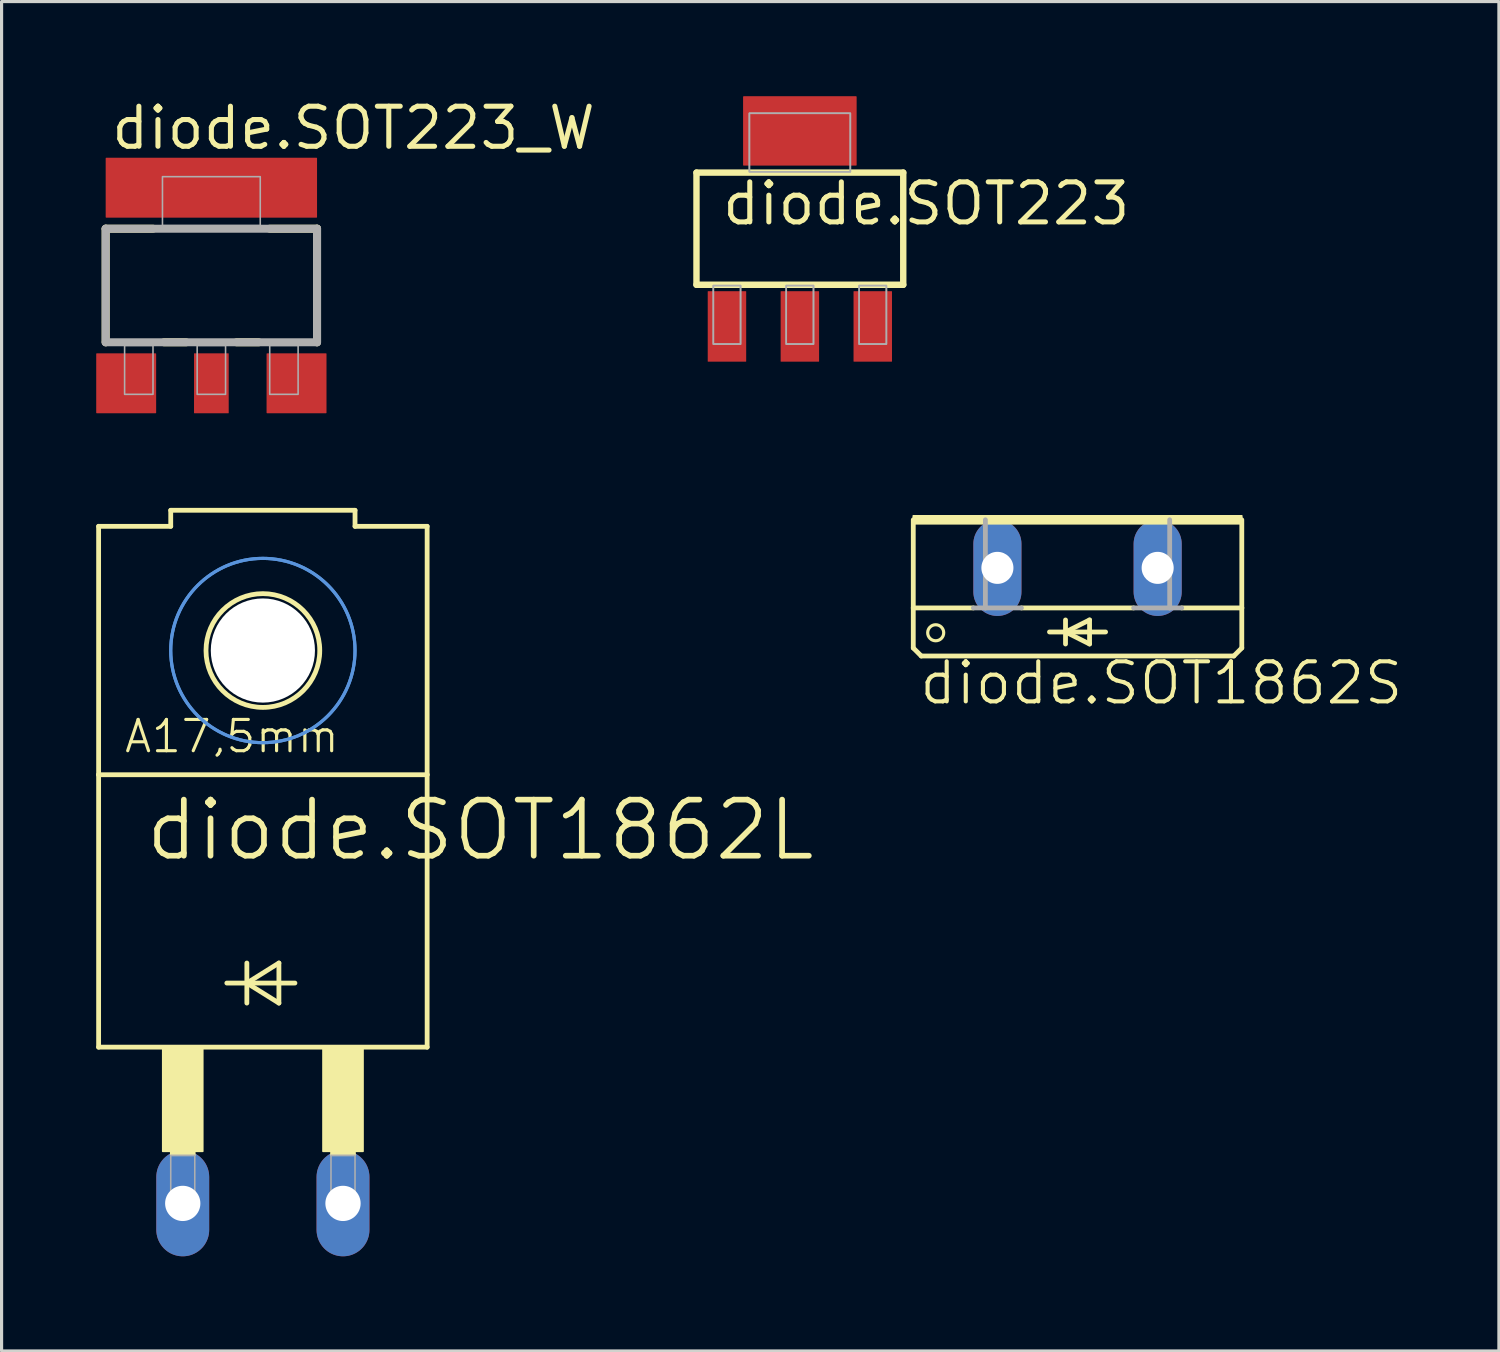
<source format=kicad_pcb>
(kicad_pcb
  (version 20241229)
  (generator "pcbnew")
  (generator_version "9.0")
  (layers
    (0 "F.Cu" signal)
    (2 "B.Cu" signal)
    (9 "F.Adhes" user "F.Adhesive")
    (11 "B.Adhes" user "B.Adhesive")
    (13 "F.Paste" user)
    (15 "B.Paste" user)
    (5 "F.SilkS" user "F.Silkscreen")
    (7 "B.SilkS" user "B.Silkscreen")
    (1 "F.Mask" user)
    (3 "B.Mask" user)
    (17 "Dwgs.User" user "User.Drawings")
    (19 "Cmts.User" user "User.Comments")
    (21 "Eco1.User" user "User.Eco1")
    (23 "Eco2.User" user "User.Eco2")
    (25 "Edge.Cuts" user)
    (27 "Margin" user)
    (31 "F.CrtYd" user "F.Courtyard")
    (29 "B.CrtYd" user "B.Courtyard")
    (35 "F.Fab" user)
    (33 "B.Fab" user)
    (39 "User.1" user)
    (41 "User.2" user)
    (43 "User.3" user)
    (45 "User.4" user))
  (footprint "diode.SOT223_W"
    (layer "F.Cu")
    (at 3.65 6)
    (property "Reference" "diode.SOT223_W" (at -3.25 -4.25 0) (layer "F.SilkS") (effects (font (size 1.27 1.27) (thickness 0.16)) (justify left bottom)))
    (attr smd)
    (fp_line (start -3.35 -1.8) (end -1.85 -1.8) (stroke (width 0.254) (type default)) (layer "F.SilkS"))
    (fp_line (start -3.35 1.8) (end -3.35 -1.8) (stroke (width 0.254) (type default)) (layer "F.SilkS"))
    (fp_line (start -1.5 1.8) (end -0.8 1.8) (stroke (width 0.254) (type default)) (layer "F.SilkS"))
    (fp_line (start 0.8 1.8) (end 1.5 1.8) (stroke (width 0.254) (type default)) (layer "F.SilkS"))
    (fp_line (start 3.35 -1.8) (end 1.85 -1.8) (stroke (width 0.254) (type default)) (layer "F.SilkS"))
    (fp_line (start 3.35 1.8) (end 3.35 -1.8) (stroke (width 0.254) (type default)) (layer "F.SilkS"))
    (fp_line (start -3.35 -1.8) (end -3.35 1.8) (stroke (width 0.254) (type default)) (layer "F.Fab"))
    (fp_line (start -3.35 1.8) (end 3.35 1.8) (stroke (width 0.254) (type default)) (layer "F.Fab"))
    (fp_line (start 3.35 -1.8) (end -3.35 -1.8) (stroke (width 0.254) (type default)) (layer "F.Fab"))
    (fp_line (start 3.35 1.8) (end 3.35 -1.8) (stroke (width 0.254) (type default)) (layer "F.Fab"))
    (fp_rect (start -2.75 3.45) (end -1.85 1.9) (stroke (width 0.05) (type default)) (fill no) (layer "F.Fab"))
    (fp_rect (start -1.55 -1.9) (end 1.55 -3.45) (stroke (width 0.05) (type default)) (fill no) (layer "F.Fab"))
    (fp_rect (start -0.45 3.45) (end 0.45 1.9) (stroke (width 0.05) (type default)) (fill no) (layer "F.Fab"))
    (fp_rect (start 1.85 3.45) (end 2.75 1.9) (stroke (width 0.05) (type default)) (fill no) (layer "F.Fab"))
    (pad "1" smd roundrect (at -2.7 3.1) (size 1.9 1.9) (layers "F.Cu" "F.Mask" "F.Paste") (roundrect_rratio 0.01))
    (pad "2" smd roundrect (at 0 3.1) (size 1.1 1.9) (layers "F.Cu" "F.Mask" "F.Paste") (roundrect_rratio 0.01))
    (pad "3" smd roundrect (at 2.7 3.1) (size 1.9 1.9) (layers "F.Cu" "F.Mask" "F.Paste") (roundrect_rratio 0.01))
    (pad "4" smd roundrect (at 0 -3.1) (size 6.7 1.9) (layers "F.Cu" "F.Mask" "F.Paste") (roundrect_rratio 0.01)))
  (footprint "diode.SOT1862S"
    (layer "F.Cu")
    (at 31.107 13.3)
    (property "Reference" "diode.SOT1862S" (at -5.08 6.045 0) (layer "F.SilkS") (effects (font (size 1.27 1.27) (thickness 0.13)) (justify left bottom)))
    (attr through_hole)
    (fp_line (start -5.207 2.921) (end -5.207 0.127) (stroke (width 0.152) (type default)) (layer "F.SilkS"))
    (fp_line (start -5.207 2.921) (end -3.302 2.921) (stroke (width 0.152) (type default)) (layer "F.SilkS"))
    (fp_line (start -5.207 4.191) (end -5.207 2.921) (stroke (width 0.152) (type default)) (layer "F.SilkS"))
    (fp_line (start -5.207 4.191) (end -4.953 4.445) (stroke (width 0.152) (type default)) (layer "F.SilkS"))
    (fp_line (start -1.778 2.921) (end 1.778 2.921) (stroke (width 0.152) (type default)) (layer "F.SilkS"))
    (fp_line (start -0.889 3.683) (end -0.381 3.683) (stroke (width 0.152) (type default)) (layer "F.SilkS"))
    (fp_line (start -0.381 3.302) (end -0.381 3.683) (stroke (width 0.152) (type default)) (layer "F.SilkS"))
    (fp_line (start -0.381 3.683) (end -0.381 4.064) (stroke (width 0.152) (type default)) (layer "F.SilkS"))
    (fp_line (start -0.381 3.683) (end 0.381 3.302) (stroke (width 0.152) (type default)) (layer "F.SilkS"))
    (fp_line (start -0.381 3.683) (end 0.889 3.683) (stroke (width 0.152) (type default)) (layer "F.SilkS"))
    (fp_line (start 0.381 3.302) (end 0.381 4.064) (stroke (width 0.152) (type default)) (layer "F.SilkS"))
    (fp_line (start 0.381 4.064) (end -0.381 3.683) (stroke (width 0.152) (type default)) (layer "F.SilkS"))
    (fp_line (start 4.953 4.445) (end -4.953 4.445) (stroke (width 0.152) (type default)) (layer "F.SilkS"))
    (fp_line (start 4.953 4.445) (end 5.207 4.191) (stroke (width 0.152) (type default)) (layer "F.SilkS"))
    (fp_line (start 5.207 2.921) (end 3.302 2.921) (stroke (width 0.152) (type default)) (layer "F.SilkS"))
    (fp_line (start 5.207 2.921) (end 5.207 0.127) (stroke (width 0.152) (type default)) (layer "F.SilkS"))
    (fp_line (start 5.207 4.191) (end 5.207 2.921) (stroke (width 0.152) (type default)) (layer "F.SilkS"))
    (fp_rect (start -5.207 0.254) (end 5.207 0) (stroke (width 0.05) (type default)) (fill yes) (layer "F.SilkS"))
    (fp_circle (center -4.496 3.708) (end -4.242 3.708) (stroke (width 0.1) (type default)) (fill no) (layer "F.SilkS"))
    (fp_line (start -3.302 2.921) (end -2.921 2.921) (stroke (width 0.152) (type default)) (layer "F.Fab"))
    (fp_line (start -2.921 2.921) (end -2.921 0.127) (stroke (width 0.152) (type default)) (layer "F.Fab"))
    (fp_line (start -2.921 2.921) (end -1.778 2.921) (stroke (width 0.152) (type default)) (layer "F.Fab"))
    (fp_line (start 2.921 2.921) (end 1.778 2.921) (stroke (width 0.152) (type default)) (layer "F.Fab"))
    (fp_line (start 2.921 2.921) (end 2.921 0.127) (stroke (width 0.152) (type default)) (layer "F.Fab"))
    (fp_line (start 3.302 2.921) (end 2.921 2.921) (stroke (width 0.152) (type default)) (layer "F.Fab"))
    (pad "A" thru_hole oval (at 2.54 1.651 90) (size 3.048 1.524) (drill 1.016) (layers "*.Cu" "*.Mask"))
    (pad "C" thru_hole oval (at -2.54 1.651 90) (size 3.048 1.524) (drill 1.016) (layers "*.Cu" "*.Mask")))
  (footprint "diode.SOT1862L"
    (layer "F.Cu")
    (at 5.283 28.747)
    (property "Reference" "diode.SOT1862L" (at -3.81 -4.445 0) (layer "F.SilkS") (effects (font (size 1.778 1.778) (thickness 0.18)) (justify left bottom)))
    (attr through_hole)
    (fp_line (start -5.207 -15.113) (end -2.921 -15.113) (stroke (width 0.152) (type default)) (layer "F.SilkS"))
    (fp_line (start -5.207 -7.239) (end -5.207 -15.113) (stroke (width 0.152) (type default)) (layer "F.SilkS"))
    (fp_line (start -5.207 -7.239) (end 5.207 -7.239) (stroke (width 0.152) (type default)) (layer "F.SilkS"))
    (fp_line (start -5.207 1.397) (end -5.207 -7.239) (stroke (width 0.152) (type default)) (layer "F.SilkS"))
    (fp_line (start -5.207 1.397) (end 5.207 1.397) (stroke (width 0.152) (type default)) (layer "F.SilkS"))
    (fp_line (start -2.921 -15.621) (end -2.921 -15.113) (stroke (width 0.152) (type default)) (layer "F.SilkS"))
    (fp_line (start -2.921 -15.621) (end 2.921 -15.621) (stroke (width 0.152) (type default)) (layer "F.SilkS"))
    (fp_line (start -1.143 -0.635) (end -0.508 -0.635) (stroke (width 0.152) (type default)) (layer "F.SilkS"))
    (fp_line (start -0.508 -1.27) (end -0.508 -0.635) (stroke (width 0.152) (type default)) (layer "F.SilkS"))
    (fp_line (start -0.508 -0.635) (end -0.508 0) (stroke (width 0.152) (type default)) (layer "F.SilkS"))
    (fp_line (start -0.508 -0.635) (end 0.508 -1.27) (stroke (width 0.152) (type default)) (layer "F.SilkS"))
    (fp_line (start -0.508 -0.635) (end 1.016 -0.635) (stroke (width 0.152) (type default)) (layer "F.SilkS"))
    (fp_line (start 0.508 -1.27) (end 0.508 0) (stroke (width 0.152) (type default)) (layer "F.SilkS"))
    (fp_line (start 0.508 0) (end -0.508 -0.635) (stroke (width 0.152) (type default)) (layer "F.SilkS"))
    (fp_line (start 2.921 -15.621) (end 2.921 -15.113) (stroke (width 0.152) (type default)) (layer "F.SilkS"))
    (fp_line (start 5.207 -15.113) (end 2.921 -15.113) (stroke (width 0.152) (type default)) (layer "F.SilkS"))
    (fp_line (start 5.207 -7.239) (end 5.207 -15.113) (stroke (width 0.152) (type default)) (layer "F.SilkS"))
    (fp_line (start 5.207 1.397) (end 5.207 -7.239) (stroke (width 0.152) (type default)) (layer "F.SilkS"))
    (fp_rect (start -3.175 4.699) (end -1.905 1.397) (stroke (width 0.05) (type default)) (fill yes) (layer "F.SilkS"))
    (fp_rect (start -2.921 4.826) (end -2.159 4.699) (stroke (width 0.05) (type default)) (fill yes) (layer "F.SilkS"))
    (fp_rect (start 1.905 4.699) (end 3.175 1.397) (stroke (width 0.05) (type default)) (fill yes) (layer "F.SilkS"))
    (fp_rect (start 2.159 4.826) (end 2.921 4.699) (stroke (width 0.05) (type default)) (fill yes) (layer "F.SilkS"))
    (fp_circle (center 0 -11.176) (end 1.803 -11.176) (stroke (width 0.152) (type default)) (fill no) (layer "F.SilkS"))
    (fp_circle (center 0 -11.176) (end 2.921 -11.176) (stroke (width 0.1) (type default)) (fill no) (layer "Cmts.User"))
    (fp_circle (center 0 -11.176) (end 2.921 -11.176) (stroke (width 0.1) (type default)) (fill no) (layer "Cmts.User"))
    (fp_rect (start -2.921 6.477) (end -2.159 4.826) (stroke (width 0.05) (type default)) (fill no) (layer "F.Fab"))
    (fp_rect (start 2.159 6.477) (end 2.921 4.826) (stroke (width 0.05) (type default)) (fill no) (layer "F.Fab"))
    (fp_text user "A17,5mm" (at -4.445 -7.874 0) (layer "F.SilkS") (effects (font (size 0.991 0.991) (thickness 0.1)) (justify left bottom)))
    (pad "" np_thru_hole circle (at 0 -11.176) (size 3.302 3.302) (drill 3.302) (layers "*.Cu" "*.Mask"))
    (pad "A" thru_hole oval (at 2.54 6.35 90) (size 3.353 1.676) (drill 1.118) (layers "*.Cu" "*.Mask"))
    (pad "C" thru_hole oval (at -2.54 6.35 90) (size 3.353 1.676) (drill 1.118) (layers "*.Cu" "*.Mask")))
  (footprint "diode.SOT223"
    (layer "F.Cu")
    (at 22.305 4.199)
    (property "Reference" "diode.SOT223" (at -2.54 -0.051 0) (layer "F.SilkS") (effects (font (size 1.27 1.27) (thickness 0.16)) (justify left bottom)))
    (attr smd)
    (fp_line (start -3.277 -1.778) (end 3.277 -1.778) (stroke (width 0.203) (type default)) (layer "F.SilkS"))
    (fp_line (start -3.277 1.778) (end -3.277 -1.778) (stroke (width 0.203) (type default)) (layer "F.SilkS"))
    (fp_line (start 3.277 -1.778) (end 3.277 1.778) (stroke (width 0.203) (type default)) (layer "F.SilkS"))
    (fp_line (start 3.277 1.778) (end -3.277 1.778) (stroke (width 0.203) (type default)) (layer "F.SilkS"))
    (fp_rect (start -2.743 3.658) (end -1.88 1.803) (stroke (width 0.05) (type default)) (fill no) (layer "F.Fab"))
    (fp_rect (start -2.743 3.658) (end -1.88 1.803) (stroke (width 0.05) (type default)) (fill no) (layer "F.Fab"))
    (fp_rect (start -1.6 -1.803) (end 1.6 -3.658) (stroke (width 0.05) (type default)) (fill no) (layer "F.Fab"))
    (fp_rect (start -1.6 -1.803) (end 1.6 -3.658) (stroke (width 0.05) (type default)) (fill no) (layer "F.Fab"))
    (fp_rect (start -0.432 3.658) (end 0.432 1.803) (stroke (width 0.05) (type default)) (fill no) (layer "F.Fab"))
    (fp_rect (start -0.432 3.658) (end 0.432 1.803) (stroke (width 0.05) (type default)) (fill no) (layer "F.Fab"))
    (fp_rect (start 1.88 3.658) (end 2.743 1.803) (stroke (width 0.05) (type default)) (fill no) (layer "F.Fab"))
    (fp_rect (start 1.88 3.658) (end 2.743 1.803) (stroke (width 0.05) (type default)) (fill no) (layer "F.Fab"))
    (pad "1" smd roundrect (at -2.311 3.099) (size 1.219 2.235) (layers "F.Cu" "F.Mask" "F.Paste") (roundrect_rratio 0.01))
    (pad "2" smd roundrect (at 0 3.099) (size 1.219 2.235) (layers "F.Cu" "F.Mask" "F.Paste") (roundrect_rratio 0.01))
    (pad "3" smd roundrect (at 2.311 3.099) (size 1.219 2.235) (layers "F.Cu" "F.Mask" "F.Paste") (roundrect_rratio 0.01))
    (pad "4" smd roundrect (at 0 -3.099) (size 3.6 2.2) (layers "F.Cu" "F.Mask" "F.Paste") (roundrect_rratio 0.01)))
  (gr_rect
    (start -3 -3)
    (end 44.464 39.774)
    (stroke (width 0.1) (type default))
    (fill no)
    (layer "Edge.Cuts")))
</source>
